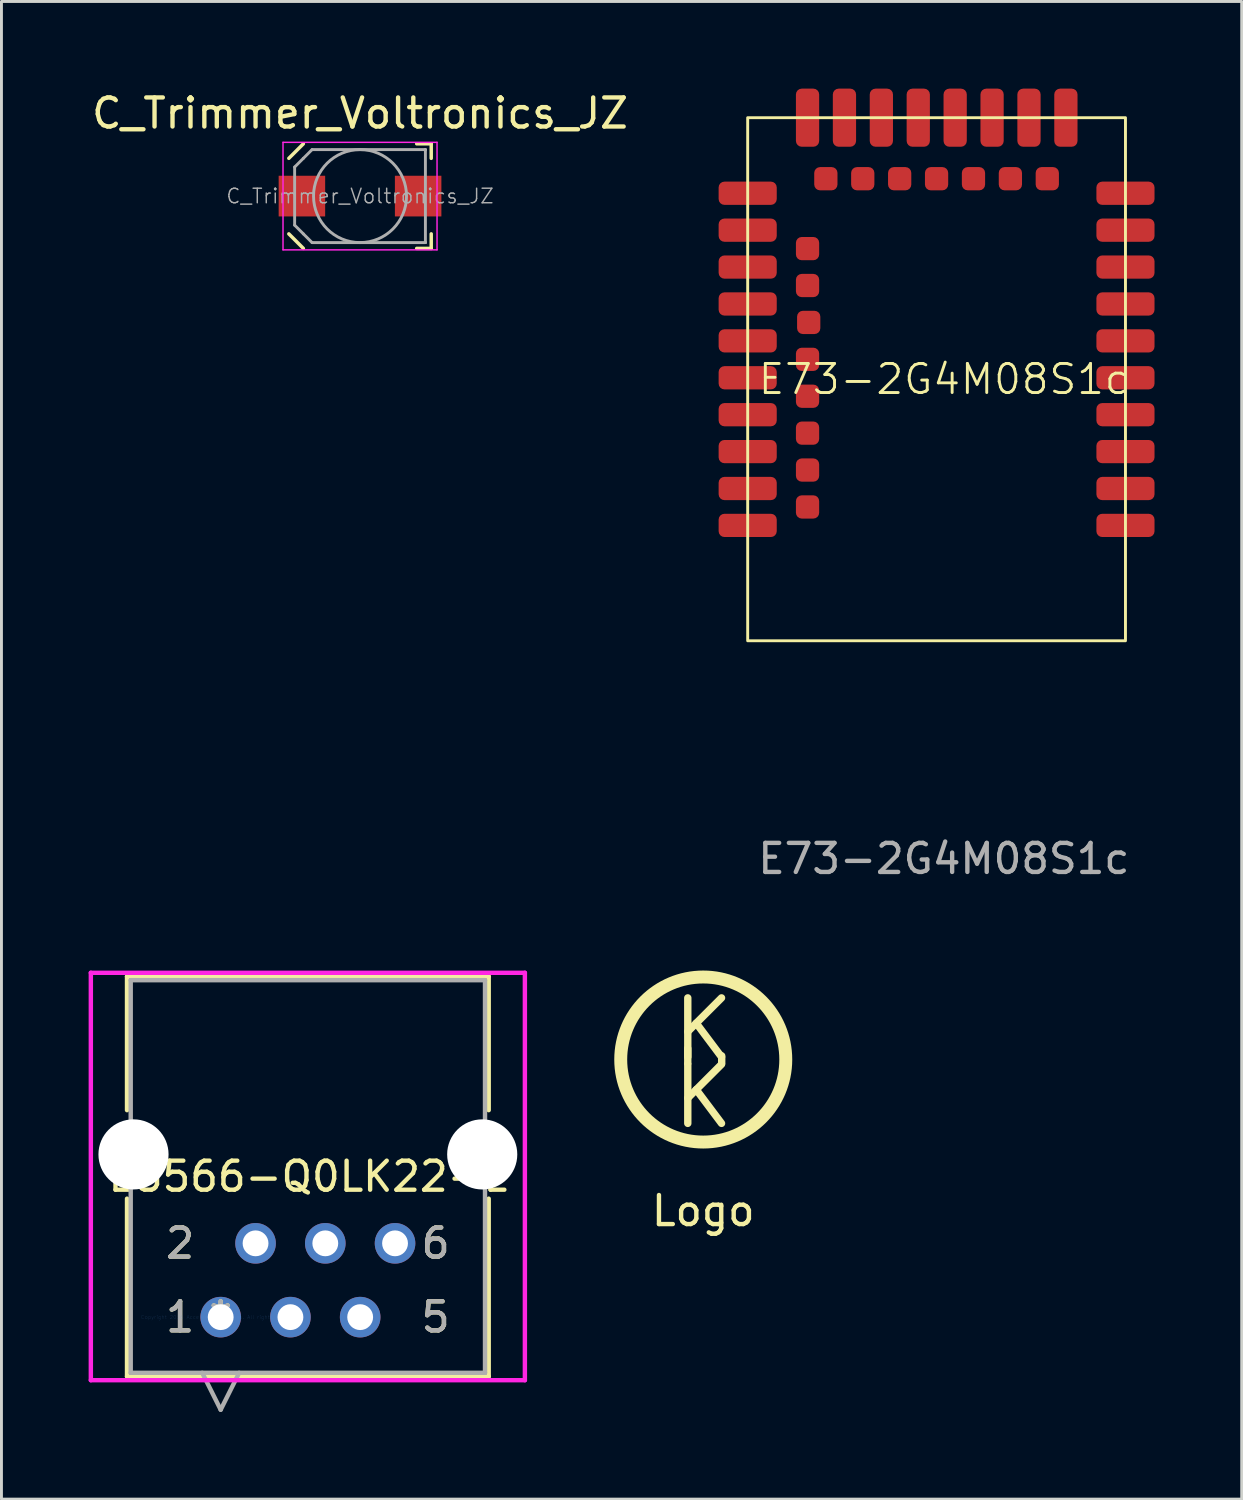
<source format=kicad_pcb>
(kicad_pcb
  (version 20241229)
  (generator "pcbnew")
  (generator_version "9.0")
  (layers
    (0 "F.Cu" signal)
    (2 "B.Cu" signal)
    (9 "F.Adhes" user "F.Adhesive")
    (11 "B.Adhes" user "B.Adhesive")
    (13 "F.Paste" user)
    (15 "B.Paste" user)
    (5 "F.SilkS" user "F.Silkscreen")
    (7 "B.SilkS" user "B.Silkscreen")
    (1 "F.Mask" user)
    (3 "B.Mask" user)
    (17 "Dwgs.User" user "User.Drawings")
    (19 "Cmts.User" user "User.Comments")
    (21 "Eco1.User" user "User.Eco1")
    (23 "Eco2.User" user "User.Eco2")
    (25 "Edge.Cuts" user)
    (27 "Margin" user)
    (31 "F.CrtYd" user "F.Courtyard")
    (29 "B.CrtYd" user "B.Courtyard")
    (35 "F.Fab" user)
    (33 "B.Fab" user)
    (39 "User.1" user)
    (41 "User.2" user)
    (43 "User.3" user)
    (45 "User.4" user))
  (footprint "C_Trimmer_Voltronics_JZ"
    (layer "F.Cu")
    (at 9.339 3.698)
    (property "Reference" "C_Trimmer_Voltronics_JZ" (at 0 -2.85 0) (layer "F.SilkS") (effects (font (size 1 1) (thickness 0.15))))
    (attr smd)
    (fp_line (start -2.45 -1.3) (end -1.95 -1.8) (stroke (width 0.12) (type solid)) (layer "F.SilkS"))
    (fp_line (start -2.45 1.3) (end -1.95 1.8) (stroke (width 0.12) (type solid)) (layer "F.SilkS"))
    (fp_line (start 2.45 -1.8) (end 1.95 -1.8) (stroke (width 0.12) (type solid)) (layer "F.SilkS"))
    (fp_line (start 2.45 -1.8) (end 2.45 -1.3) (stroke (width 0.12) (type solid)) (layer "F.SilkS"))
    (fp_line (start 2.45 1.8) (end 1.95 1.8) (stroke (width 0.12) (type solid)) (layer "F.SilkS"))
    (fp_line (start 2.45 1.8) (end 2.45 1.3) (stroke (width 0.12) (type solid)) (layer "F.SilkS"))
    (fp_line (start -2.65 -1.85) (end -2.65 1.85) (stroke (width 0.05) (type solid)) (layer "F.CrtYd"))
    (fp_line (start -2.65 1.85) (end 2.65 1.85) (stroke (width 0.05) (type solid)) (layer "F.CrtYd"))
    (fp_line (start 2.65 -1.85) (end -2.65 -1.85) (stroke (width 0.05) (type solid)) (layer "F.CrtYd"))
    (fp_line (start 2.65 1.85) (end 2.65 -1.85) (stroke (width 0.05) (type solid)) (layer "F.CrtYd"))
    (fp_line (start -2.25 -1) (end -1.95 -1.3) (stroke (width 0.1) (type solid)) (layer "F.Fab"))
    (fp_line (start -2.25 1) (end -2.25 -1) (stroke (width 0.1) (type solid)) (layer "F.Fab"))
    (fp_line (start -1.95 -1.3) (end -1.65 -1.6) (stroke (width 0.1) (type solid)) (layer "F.Fab"))
    (fp_line (start -1.95 1.3) (end -2.25 1) (stroke (width 0.1) (type solid)) (layer "F.Fab"))
    (fp_line (start -1.65 -1.6) (end 2.24 -1.6) (stroke (width 0.1) (type solid)) (layer "F.Fab"))
    (fp_line (start -1.65 1.6) (end -1.95 1.3) (stroke (width 0.1) (type solid)) (layer "F.Fab"))
    (fp_line (start 2.24 -1.6) (end 2.25 -1.6) (stroke (width 0.1) (type solid)) (layer "F.Fab"))
    (fp_line (start 2.24 1.6) (end -1.65 1.6) (stroke (width 0.1) (type solid)) (layer "F.Fab"))
    (fp_line (start 2.25 -1.6) (end 2.25 -1.59) (stroke (width 0.1) (type solid)) (layer "F.Fab"))
    (fp_line (start 2.25 -1.59) (end 2.25 1.59) (stroke (width 0.1) (type solid)) (layer "F.Fab"))
    (fp_line (start 2.25 1.59) (end 2.25 1.6) (stroke (width 0.1) (type solid)) (layer "F.Fab"))
    (fp_line (start 2.25 1.6) (end 2.24 1.6) (stroke (width 0.1) (type solid)) (layer "F.Fab"))
    (fp_circle (center 0 0) (end 1.6 0) (stroke (width 0.1) (type solid)) (fill no) (layer "F.Fab"))
    (fp_text user "${REFERENCE}" (at 0 0 0) (layer "F.Fab") (effects (font (size 0.5 0.5) (thickness 0.05))))
    (pad "1" smd rect (at -2 0) (size 1.6 1.4) (layers "F.Cu" "F.Mask" "F.Paste"))
    (pad "2" smd rect (at 2 0) (size 1.6 1.4) (layers "F.Cu" "F.Mask" "F.Paste")))
  (footprint "E5566-Q0LK22-L"
    (layer "F.Cu")
    (at 4.544 42.275)
    (property "Reference" "E5566-Q0LK22-L" (at 3 -4.84 0) (layer "F.SilkS") (effects (font (size 1 1) (thickness 0.15))))
    (attr through_hole)
    (fp_line (start -3.223 -11.723) (end -3.223 -7.123) (stroke (width 0.152) (type solid)) (layer "F.SilkS"))
    (fp_line (start -3.223 -4.077) (end -3.223 2.043) (stroke (width 0.152) (type solid)) (layer "F.SilkS"))
    (fp_line (start -3.223 2.043) (end 9.223 2.043) (stroke (width 0.152) (type solid)) (layer "F.SilkS"))
    (fp_line (start 9.223 -11.723) (end -3.223 -11.723) (stroke (width 0.152) (type solid)) (layer "F.SilkS"))
    (fp_line (start 9.223 -7.123) (end 9.223 -11.723) (stroke (width 0.152) (type solid)) (layer "F.SilkS"))
    (fp_line (start 9.223 2.043) (end 9.223 -4.077) (stroke (width 0.152) (type solid)) (layer "F.SilkS"))
    (fp_line (start -4.468 -11.85) (end -4.468 2.17) (stroke (width 0.152) (type solid)) (layer "F.CrtYd"))
    (fp_line (start -4.468 2.17) (end 10.468 2.17) (stroke (width 0.152) (type solid)) (layer "F.CrtYd"))
    (fp_line (start 10.468 -11.85) (end -4.468 -11.85) (stroke (width 0.152) (type solid)) (layer "F.CrtYd"))
    (fp_line (start 10.468 2.17) (end 10.468 -11.85) (stroke (width 0.152) (type solid)) (layer "F.CrtYd"))
    (fp_line (start -3.096 -11.596) (end -3.096 1.916) (stroke (width 0.152) (type solid)) (layer "F.Fab"))
    (fp_line (start -3.096 1.916) (end 9.096 1.916) (stroke (width 0.152) (type solid)) (layer "F.Fab"))
    (fp_line (start -0.635 1.916) (end 0 3.186) (stroke (width 0.152) (type solid)) (layer "F.Fab"))
    (fp_line (start 0.635 1.916) (end 0 3.186) (stroke (width 0.152) (type solid)) (layer "F.Fab"))
    (fp_line (start 9.096 -11.596) (end -3.096 -11.596) (stroke (width 0.152) (type solid)) (layer "F.Fab"))
    (fp_line (start 9.096 1.916) (end 9.096 -11.596) (stroke (width 0.152) (type solid)) (layer "F.Fab"))
    (fp_text user "6" (at 7.397 -2.54 0) (layer "F.SilkS") (effects (font (size 1 1) (thickness 0.15))))
    (fp_text user "1" (at -1.397 0 0) (layer "F.SilkS") (effects (font (size 1 1) (thickness 0.15))))
    (fp_text user "*" (at 0 0 0) (layer "F.SilkS") (effects (font (size 1 1) (thickness 0.15))))
    (fp_text user "5" (at 7.397 0 0) (layer "F.SilkS") (effects (font (size 1 1) (thickness 0.15))))
    (fp_text user "2" (at -1.397 -2.54 0) (layer "F.SilkS") (effects (font (size 1 1) (thickness 0.15))))
    (fp_text user "Copyright 2016 Accelerated Designs. All rights reserved." (at 0 0 0) (layer "Cmts.User") (effects (font (size 0.127 0.127) (thickness 0.002))))
    (fp_text user "2" (at -1.397 -2.54 0) (layer "F.Fab") (effects (font (size 1 1) (thickness 0.15))))
    (fp_text user "5" (at 7.397 0 0) (layer "F.Fab") (effects (font (size 1 1) (thickness 0.15))))
    (fp_text user "1" (at -1.397 0 0) (layer "F.Fab") (effects (font (size 1 1) (thickness 0.15))))
    (fp_text user "6" (at 7.397 -2.54 0) (layer "F.Fab") (effects (font (size 1 1) (thickness 0.15))))
    (fp_text user "*" (at 0 0 0) (layer "F.Fab") (effects (font (size 1 1) (thickness 0.15))))
    (pad "" np_thru_hole circle (at -3 -5.6) (size 2.413 2.413) (drill 2.413) (layers "*.Cu" "*.Mask"))
    (pad "" np_thru_hole circle (at 9 -5.6) (size 2.413 2.413) (drill 2.413) (layers "*.Cu" "*.Mask"))
    (pad "1" thru_hole circle (at 0 0) (size 1.397 1.397) (drill 0.889) (layers "*.Cu" "*.Mask"))
    (pad "2" thru_hole circle (at 1.2 -2.54) (size 1.397 1.397) (drill 0.889) (layers "*.Cu" "*.Mask"))
    (pad "3" thru_hole circle (at 2.4 0) (size 1.397 1.397) (drill 0.889) (layers "*.Cu" "*.Mask"))
    (pad "4" thru_hole circle (at 3.6 -2.54) (size 1.397 1.397) (drill 0.889) (layers "*.Cu" "*.Mask"))
    (pad "5" thru_hole circle (at 4.8 0) (size 1.397 1.397) (drill 0.889) (layers "*.Cu" "*.Mask"))
    (pad "6" thru_hole circle (at 6 -2.54) (size 1.397 1.397) (drill 0.889) (layers "*.Cu" "*.Mask")))
  (footprint "E73-2G4M08S1c"
    (layer "F.Cu")
    (at 29.179 10)
    (property "Reference" "E73-2G4M08S1c" (at 0.25 0 0) (unlocked yes) (layer "F.SilkS") (effects (font (size 1 1) (thickness 0.1))))
    (attr smd)
    (fp_rect (start -6.5 -9) (end 6.5 9) (stroke (width 0.1) (type default)) (fill no) (layer "F.SilkS"))
    (fp_text user "${REFERENCE}" (at 0.25 16.5 0) (unlocked yes) (layer "F.Fab") (effects (font (size 1 1) (thickness 0.15))))
    (pad "1" smd roundrect (at 6.5 5.03) (size 2 0.8) (layers "F.Cu" "F.Mask" "F.Paste") (roundrect_rratio 0.25))
    (pad "2" smd roundrect (at 6.5 3.76) (size 2 0.8) (layers "F.Cu" "F.Mask" "F.Paste") (roundrect_rratio 0.25))
    (pad "3" smd roundrect (at 6.5 2.49) (size 2 0.8) (layers "F.Cu" "F.Mask" "F.Paste") (roundrect_rratio 0.25))
    (pad "4" smd roundrect (at 6.5 1.22) (size 2 0.8) (layers "F.Cu" "F.Mask" "F.Paste") (roundrect_rratio 0.25))
    (pad "5" smd roundrect (at 6.5 -0.05) (size 2 0.8) (layers "F.Cu" "F.Mask" "F.Paste") (roundrect_rratio 0.25))
    (pad "6" smd roundrect (at 6.5 -1.32) (size 2 0.8) (layers "F.Cu" "F.Mask" "F.Paste") (roundrect_rratio 0.25))
    (pad "7" smd roundrect (at 6.5 -2.59) (size 2 0.8) (layers "F.Cu" "F.Mask" "F.Paste") (roundrect_rratio 0.25))
    (pad "8" smd roundrect (at 6.5 -3.86) (size 2 0.8) (layers "F.Cu" "F.Mask" "F.Paste") (roundrect_rratio 0.25))
    (pad "9" smd roundrect (at 6.5 -5.13) (size 2 0.8) (layers "F.Cu" "F.Mask" "F.Paste") (roundrect_rratio 0.25))
    (pad "10" smd roundrect (at 6.5 -6.4) (size 2 0.8) (layers "F.Cu" "F.Mask" "F.Paste") (roundrect_rratio 0.25))
    (pad "11" smd roundrect (at 4.45 -9) (size 0.8 2) (layers "F.Cu" "F.Mask" "F.Paste") (roundrect_rratio 0.25))
    (pad "12" smd roundrect (at 3.81 -6.9) (size 0.8 0.8) (layers "F.Cu" "F.Mask" "F.Paste") (roundrect_rratio 0.25))
    (pad "13" smd roundrect (at 3.18 -9) (size 0.8 2) (layers "F.Cu" "F.Mask" "F.Paste") (roundrect_rratio 0.25))
    (pad "14" smd roundrect (at 2.54 -6.9) (size 0.8 0.8) (layers "F.Cu" "F.Mask" "F.Paste") (roundrect_rratio 0.25))
    (pad "15" smd roundrect (at 1.91 -9) (size 0.8 2) (layers "F.Cu" "F.Mask" "F.Paste") (roundrect_rratio 0.25))
    (pad "16" smd roundrect (at 1.27 -6.9) (size 0.8 0.8) (layers "F.Cu" "F.Mask" "F.Paste") (roundrect_rratio 0.25))
    (pad "17" smd roundrect (at 0.64 -9) (size 0.8 2) (layers "F.Cu" "F.Mask" "F.Paste") (roundrect_rratio 0.25))
    (pad "18" smd roundrect (at 0 -6.9) (size 0.8 0.8) (layers "F.Cu" "F.Mask" "F.Paste") (roundrect_rratio 0.25))
    (pad "19" smd roundrect (at -0.63 -9) (size 0.8 2) (layers "F.Cu" "F.Mask" "F.Paste") (roundrect_rratio 0.25))
    (pad "20" smd roundrect (at -1.27 -6.9) (size 0.8 0.8) (layers "F.Cu" "F.Mask" "F.Paste") (roundrect_rratio 0.25))
    (pad "21" smd roundrect (at -1.9 -9) (size 0.8 2) (layers "F.Cu" "F.Mask" "F.Paste") (roundrect_rratio 0.25))
    (pad "22" smd roundrect (at -2.54 -6.9) (size 0.8 0.8) (layers "F.Cu" "F.Mask" "F.Paste") (roundrect_rratio 0.25))
    (pad "23" smd roundrect (at -3.17 -9) (size 0.8 2) (layers "F.Cu" "F.Mask" "F.Paste") (roundrect_rratio 0.25))
    (pad "24" smd roundrect (at -3.81 -6.9) (size 0.8 0.8) (layers "F.Cu" "F.Mask" "F.Paste") (roundrect_rratio 0.25))
    (pad "25" smd roundrect (at -4.44 -9) (size 0.8 2) (layers "F.Cu" "F.Mask" "F.Paste") (roundrect_rratio 0.25))
    (pad "26" smd roundrect (at -6.5 -6.4) (size 2 0.8) (layers "F.Cu" "F.Mask" "F.Paste") (roundrect_rratio 0.25))
    (pad "27" smd roundrect (at -6.5 -5.13) (size 2 0.8) (layers "F.Cu" "F.Mask" "F.Paste") (roundrect_rratio 0.25))
    (pad "28" smd roundrect (at -4.44 -4.495) (size 0.8 0.8) (layers "F.Cu" "F.Mask" "F.Paste") (roundrect_rratio 0.25))
    (pad "29" smd roundrect (at -6.5 -3.86) (size 2 0.8) (layers "F.Cu" "F.Mask" "F.Paste") (roundrect_rratio 0.25))
    (pad "30" smd roundrect (at -4.44 -3.225) (size 0.8 0.8) (layers "F.Cu" "F.Mask" "F.Paste") (roundrect_rratio 0.25))
    (pad "31" smd roundrect (at -6.5 -2.59) (size 2 0.8) (layers "F.Cu" "F.Mask" "F.Paste") (roundrect_rratio 0.25))
    (pad "32" smd roundrect (at -4.4 -1.955) (size 0.8 0.8) (layers "F.Cu" "F.Mask" "F.Paste") (roundrect_rratio 0.25))
    (pad "33" smd roundrect (at -6.5 -1.32) (size 2 0.8) (layers "F.Cu" "F.Mask" "F.Paste") (roundrect_rratio 0.25))
    (pad "34" smd roundrect (at -4.44 -0.685) (size 0.8 0.8) (layers "F.Cu" "F.Mask" "F.Paste") (roundrect_rratio 0.25))
    (pad "35" smd roundrect (at -6.5 -0.05) (size 2 0.8) (layers "F.Cu" "F.Mask" "F.Paste") (roundrect_rratio 0.25))
    (pad "36" smd roundrect (at -4.44 0.585) (size 0.8 0.8) (layers "F.Cu" "F.Mask" "F.Paste") (roundrect_rratio 0.25))
    (pad "37" smd roundrect (at -6.5 1.22) (size 2 0.8) (layers "F.Cu" "F.Mask" "F.Paste") (roundrect_rratio 0.25))
    (pad "38" smd roundrect (at -4.44 1.855) (size 0.8 0.8) (layers "F.Cu" "F.Mask" "F.Paste") (roundrect_rratio 0.25))
    (pad "39" smd roundrect (at -6.5 2.49) (size 2 0.8) (layers "F.Cu" "F.Mask" "F.Paste") (roundrect_rratio 0.25))
    (pad "40" smd roundrect (at -4.44 3.125) (size 0.8 0.8) (layers "F.Cu" "F.Mask" "F.Paste") (roundrect_rratio 0.25))
    (pad "41" smd roundrect (at -6.5 3.76) (size 2 0.8) (layers "F.Cu" "F.Mask" "F.Paste") (roundrect_rratio 0.25))
    (pad "42" smd roundrect (at -4.44 4.395) (size 0.8 0.8) (layers "F.Cu" "F.Mask" "F.Paste") (roundrect_rratio 0.25))
    (pad "43" smd roundrect (at -6.5 5.03) (size 2 0.8) (layers "F.Cu" "F.Mask" "F.Paste") (roundrect_rratio 0.25))
    (zone (net_name "") (layers "F.Cu" "B.Cu") (hatch edge 0.5) (connect_pads) (min_thickness 0.25) (filled_areas_thickness no) (keepout (tracks allowed) (vias not_allowed) (pads not_allowed) (copperpour not_allowed) (footprints allowed)) (placement (enabled no)) (fill) (polygon (pts (xy 22.679 17) (xy 35.679 17) (xy 35.679 21) (xy 22.679 21)))))
  (footprint "Logo"
    (layer "F.Cu")
    (at 21.15 33.41)
    (property "Reference" "Logo" (at 0 5.207 0) (layer "F.SilkS") (effects (font (size 1 1) (thickness 0.15))))
    (attr through_hole)
    (fp_line (start -0.533 -0.381) (end -0.533 0.127) (stroke (width 0.254) (type solid)) (layer "F.SilkS"))
    (fp_line (start 0.635 -0.127) (end 0.635 0.127) (stroke (width 0.254) (type solid)) (layer "F.SilkS"))
    (fp_circle (center 0 0) (end 2.54 -1.27) (stroke (width 0.445) (type solid)) (fill no) (layer "F.SilkS"))
    (fp_text user "K" (at 0 1.27 0) (layer "F.SilkS") (effects (font (size 2.032 2.032) (thickness 0.254))))
    (fp_text user "K" (at 0 -1.016 0) (layer "F.SilkS") (effects (font (size 2.032 2.032) (thickness 0.254)))))
  (gr_rect
    (start -3 -3)
    (end 39.679 48.537)
    (stroke (width 0.1) (type default))
    (fill no)
    (layer "Edge.Cuts")))
</source>
